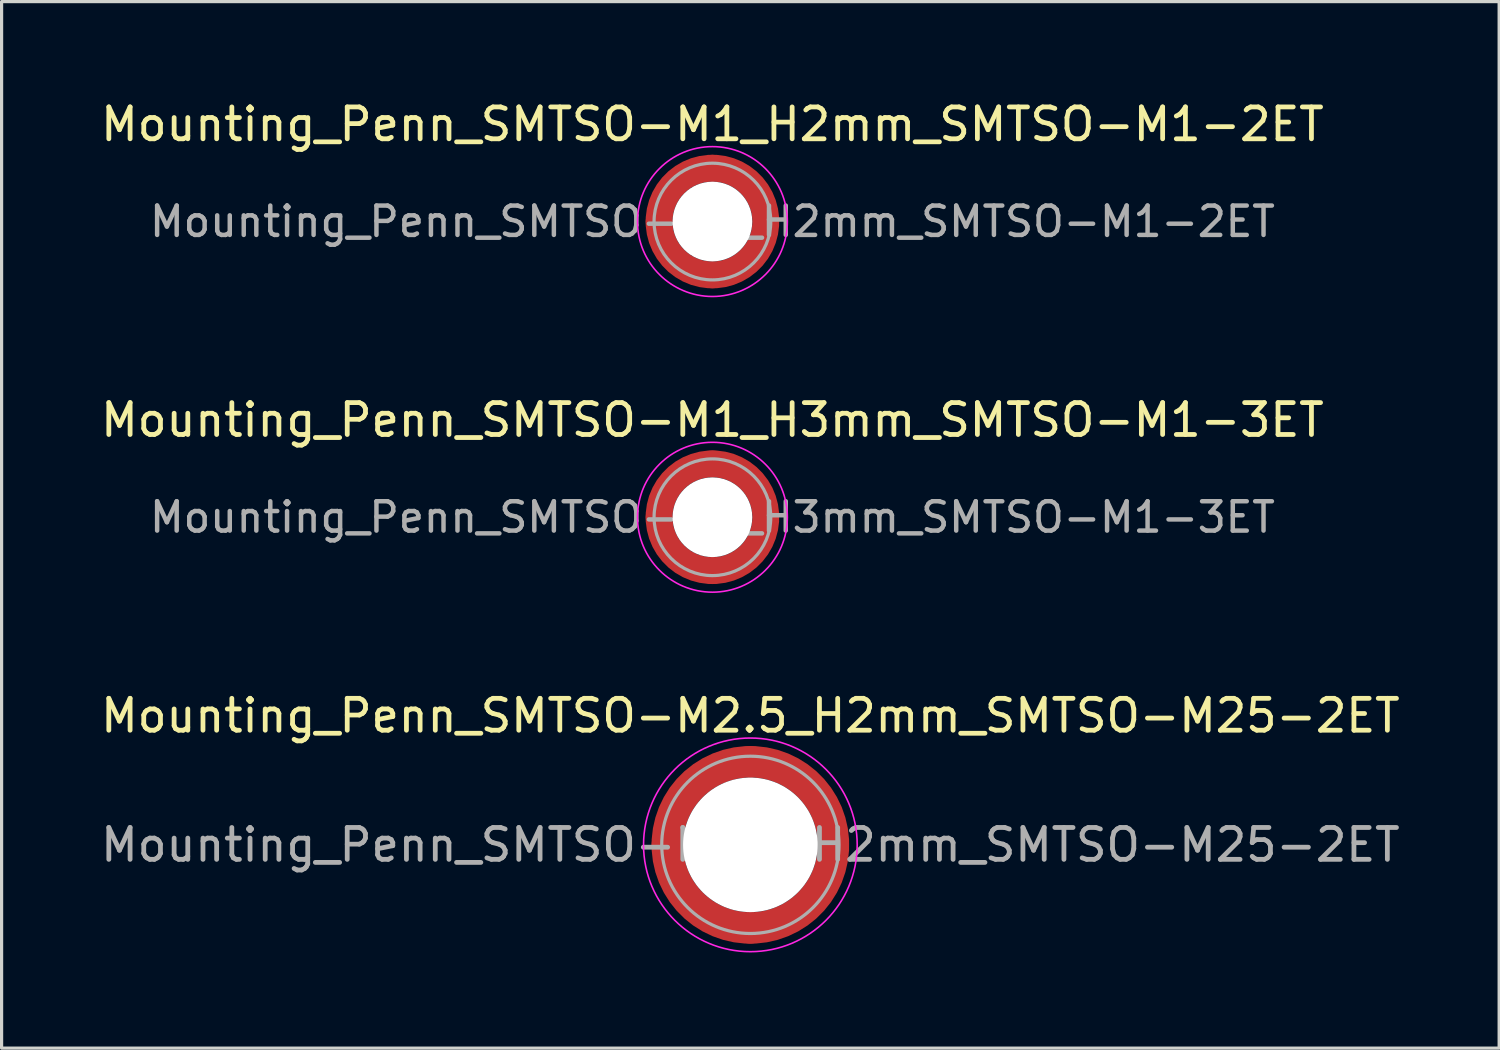
<source format=kicad_pcb>
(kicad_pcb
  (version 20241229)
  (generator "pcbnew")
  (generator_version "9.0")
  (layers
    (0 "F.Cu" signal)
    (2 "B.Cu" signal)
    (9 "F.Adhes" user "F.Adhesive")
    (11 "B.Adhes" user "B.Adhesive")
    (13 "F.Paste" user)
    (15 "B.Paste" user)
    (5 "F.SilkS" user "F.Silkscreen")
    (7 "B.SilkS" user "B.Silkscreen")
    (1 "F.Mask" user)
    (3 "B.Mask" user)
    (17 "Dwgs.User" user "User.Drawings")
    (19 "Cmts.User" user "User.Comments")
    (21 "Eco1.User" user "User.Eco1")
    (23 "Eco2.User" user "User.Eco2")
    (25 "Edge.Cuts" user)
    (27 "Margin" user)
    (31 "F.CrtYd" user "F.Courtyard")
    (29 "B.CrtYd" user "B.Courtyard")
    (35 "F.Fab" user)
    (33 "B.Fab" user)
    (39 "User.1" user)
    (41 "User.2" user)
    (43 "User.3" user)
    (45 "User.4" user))
  (footprint "Mounting_Penn_SMTSO-M1_H2mm_SMTSO-M1-2ET"
    (layer "F.Cu")
    (at 19.292 3.898)
    (property "Reference" "Mounting_Penn_SMTSO-M1_H2mm_SMTSO-M1-2ET" (at 0 -3.05 0) (layer "F.SilkS") (effects (font (size 1 1) (thickness 0.15))))
    (attr smd)
    (fp_circle (center 0 0) (end 2.35 0) (stroke (width 0.05) (type solid)) (fill no) (layer "F.CrtYd"))
    (fp_circle (center 0 0) (end 1.83 0) (stroke (width 0.1) (type solid)) (fill no) (layer "F.Fab"))
    (fp_text user "${REFERENCE}" (at 0 0 0) (layer "F.Fab") (effects (font (size 0.92 0.92) (thickness 0.14))))
    (pad "" smd custom (at -1.183 -1.183) (size 0.323 0.323) (layers "F.Paste") (options (anchor circle)) (primitives (gr_arc (start -0.23599 0.882636) (mid 0.157331 0.157331) (end 0.882636 -0.23599) (width 0.2)) (gr_arc (start -0.326841 0.882636) (mid 0.094399 0.094399) (end 0.882636 -0.326841) (width 0.2)) (gr_arc (start -0.417484 0.882636) (mid 0.031466 0.031466) (end 0.882636 -0.417484) (width 0.2)) (gr_arc (start -0.507952 0.882636) (mid -0.031466 -0.031466) (end 0.882636 -0.507952) (width 0.2)) (gr_arc (start -0.598273 0.882636) (mid -0.094399 -0.094399) (end 0.882636 -0.598273) (width 0.2)) (gr_arc (start -0.688467 0.882636) (mid -0.157332 -0.157332) (end 0.882636 -0.688467) (width 0.2)) (gr_line (start 0.883 -0.236) (end 0.883 -0.688) (width 0.2)) (gr_line (start -0.236 0.883) (end -0.688 0.883) (width 0.2))))
    (pad "" smd custom (at -1.183 1.183) (size 0.323 0.323) (layers "F.Paste") (options (anchor circle)) (primitives (gr_arc (start 0.882636 0.23599) (mid 0.157331 -0.157331) (end -0.23599 -0.882636) (width 0.2)) (gr_arc (start 0.882636 0.326841) (mid 0.094399 -0.094399) (end -0.326841 -0.882636) (width 0.2)) (gr_arc (start 0.882636 0.417484) (mid 0.031466 -0.031466) (end -0.417484 -0.882636) (width 0.2)) (gr_arc (start 0.882636 0.507952) (mid -0.031466 0.031466) (end -0.507952 -0.882636) (width 0.2)) (gr_arc (start 0.882636 0.598273) (mid -0.094399 0.094399) (end -0.598273 -0.882636) (width 0.2)) (gr_arc (start 0.882636 0.688467) (mid -0.157332 0.157332) (end -0.688467 -0.882636) (width 0.2)) (gr_line (start -0.236 -0.883) (end -0.688 -0.883) (width 0.2)) (gr_line (start 0.883 0.236) (end 0.883 0.688) (width 0.2))))
    (pad "" np_thru_hole circle (at 0 0) (size 2.5 2.5) (drill 2.5) (layers "*.Cu" "*.Mask"))
    (pad "" smd custom (at 1.183 -1.183) (size 0.323 0.323) (layers "F.Paste") (options (anchor circle)) (primitives (gr_arc (start -0.882636 -0.23599) (mid -0.157331 0.157331) (end 0.23599 0.882636) (width 0.2)) (gr_arc (start -0.882636 -0.326841) (mid -0.094399 0.094399) (end 0.326841 0.882636) (width 0.2)) (gr_arc (start -0.882636 -0.417484) (mid -0.031466 0.031466) (end 0.417484 0.882636) (width 0.2)) (gr_arc (start -0.882636 -0.507952) (mid 0.031466 -0.031466) (end 0.507952 0.882636) (width 0.2)) (gr_arc (start -0.882636 -0.598273) (mid 0.094399 -0.094399) (end 0.598273 0.882636) (width 0.2)) (gr_arc (start -0.882636 -0.688467) (mid 0.157332 -0.157332) (end 0.688467 0.882636) (width 0.2)) (gr_line (start 0.236 0.883) (end 0.688 0.883) (width 0.2)) (gr_line (start -0.883 -0.236) (end -0.883 -0.688) (width 0.2))))
    (pad "" smd custom (at 1.183 1.183) (size 0.323 0.323) (layers "F.Paste") (options (anchor circle)) (primitives (gr_arc (start 0.23599 -0.882636) (mid -0.157331 -0.157331) (end -0.882636 0.23599) (width 0.2)) (gr_arc (start 0.326841 -0.882636) (mid -0.094399 -0.094399) (end -0.882636 0.326841) (width 0.2)) (gr_arc (start 0.417484 -0.882636) (mid -0.031466 -0.031466) (end -0.882636 0.417484) (width 0.2)) (gr_arc (start 0.507952 -0.882636) (mid 0.031466 0.031466) (end -0.882636 0.507952) (width 0.2)) (gr_arc (start 0.598273 -0.882636) (mid 0.094399 0.094399) (end -0.882636 0.598273) (width 0.2)) (gr_arc (start 0.688467 -0.882636) (mid 0.157332 0.157332) (end -0.882636 0.688467) (width 0.2)) (gr_line (start -0.883 0.236) (end -0.883 0.688) (width 0.2)) (gr_line (start 0.236 -0.883) (end 0.688 -0.883) (width 0.2))))
    (pad "1" smd circle (at -1.673 0) (size 0.845 0.845) (layers "F.Cu"))
    (pad "1" smd circle (at 0 -1.673) (size 0.845 0.845) (layers "F.Cu"))
    (pad "1" smd circle (at 0 1.673) (size 0.845 0.845) (layers "F.Cu"))
    (pad "1" smd custom (at 1.673 0) (size 0.845 0.845) (layers "F.Cu" "F.Mask") (options (anchor circle)) (primitives (gr_circle (center -1.673 0) (end 0 0) (width 0.845) (fill no)))))
  (footprint "Mounting_Penn_SMTSO-M1_H3mm_SMTSO-M1-3ET"
    (layer "F.Cu")
    (at 19.292 13.171)
    (property "Reference" "Mounting_Penn_SMTSO-M1_H3mm_SMTSO-M1-3ET" (at 0 -3.05 0) (layer "F.SilkS") (effects (font (size 1 1) (thickness 0.15))))
    (attr smd)
    (fp_circle (center 0 0) (end 2.35 0) (stroke (width 0.05) (type solid)) (fill no) (layer "F.CrtYd"))
    (fp_circle (center 0 0) (end 1.83 0) (stroke (width 0.1) (type solid)) (fill no) (layer "F.Fab"))
    (fp_text user "${REFERENCE}" (at 0 0 0) (layer "F.Fab") (effects (font (size 0.92 0.92) (thickness 0.14))))
    (pad "" smd custom (at -1.183 -1.183) (size 0.323 0.323) (layers "F.Paste") (options (anchor circle)) (primitives (gr_arc (start -0.23599 0.882636) (mid 0.157331 0.157331) (end 0.882636 -0.23599) (width 0.2)) (gr_arc (start -0.326841 0.882636) (mid 0.094399 0.094399) (end 0.882636 -0.326841) (width 0.2)) (gr_arc (start -0.417484 0.882636) (mid 0.031466 0.031466) (end 0.882636 -0.417484) (width 0.2)) (gr_arc (start -0.507952 0.882636) (mid -0.031466 -0.031466) (end 0.882636 -0.507952) (width 0.2)) (gr_arc (start -0.598273 0.882636) (mid -0.094399 -0.094399) (end 0.882636 -0.598273) (width 0.2)) (gr_arc (start -0.688467 0.882636) (mid -0.157332 -0.157332) (end 0.882636 -0.688467) (width 0.2)) (gr_line (start 0.883 -0.236) (end 0.883 -0.688) (width 0.2)) (gr_line (start -0.236 0.883) (end -0.688 0.883) (width 0.2))))
    (pad "" smd custom (at -1.183 1.183) (size 0.323 0.323) (layers "F.Paste") (options (anchor circle)) (primitives (gr_arc (start 0.882636 0.23599) (mid 0.157331 -0.157331) (end -0.23599 -0.882636) (width 0.2)) (gr_arc (start 0.882636 0.326841) (mid 0.094399 -0.094399) (end -0.326841 -0.882636) (width 0.2)) (gr_arc (start 0.882636 0.417484) (mid 0.031466 -0.031466) (end -0.417484 -0.882636) (width 0.2)) (gr_arc (start 0.882636 0.507952) (mid -0.031466 0.031466) (end -0.507952 -0.882636) (width 0.2)) (gr_arc (start 0.882636 0.598273) (mid -0.094399 0.094399) (end -0.598273 -0.882636) (width 0.2)) (gr_arc (start 0.882636 0.688467) (mid -0.157332 0.157332) (end -0.688467 -0.882636) (width 0.2)) (gr_line (start -0.236 -0.883) (end -0.688 -0.883) (width 0.2)) (gr_line (start 0.883 0.236) (end 0.883 0.688) (width 0.2))))
    (pad "" np_thru_hole circle (at 0 0) (size 2.5 2.5) (drill 2.5) (layers "*.Cu" "*.Mask"))
    (pad "" smd custom (at 1.183 -1.183) (size 0.323 0.323) (layers "F.Paste") (options (anchor circle)) (primitives (gr_arc (start -0.882636 -0.23599) (mid -0.157331 0.157331) (end 0.23599 0.882636) (width 0.2)) (gr_arc (start -0.882636 -0.326841) (mid -0.094399 0.094399) (end 0.326841 0.882636) (width 0.2)) (gr_arc (start -0.882636 -0.417484) (mid -0.031466 0.031466) (end 0.417484 0.882636) (width 0.2)) (gr_arc (start -0.882636 -0.507952) (mid 0.031466 -0.031466) (end 0.507952 0.882636) (width 0.2)) (gr_arc (start -0.882636 -0.598273) (mid 0.094399 -0.094399) (end 0.598273 0.882636) (width 0.2)) (gr_arc (start -0.882636 -0.688467) (mid 0.157332 -0.157332) (end 0.688467 0.882636) (width 0.2)) (gr_line (start 0.236 0.883) (end 0.688 0.883) (width 0.2)) (gr_line (start -0.883 -0.236) (end -0.883 -0.688) (width 0.2))))
    (pad "" smd custom (at 1.183 1.183) (size 0.323 0.323) (layers "F.Paste") (options (anchor circle)) (primitives (gr_arc (start 0.23599 -0.882636) (mid -0.157331 -0.157331) (end -0.882636 0.23599) (width 0.2)) (gr_arc (start 0.326841 -0.882636) (mid -0.094399 -0.094399) (end -0.882636 0.326841) (width 0.2)) (gr_arc (start 0.417484 -0.882636) (mid -0.031466 -0.031466) (end -0.882636 0.417484) (width 0.2)) (gr_arc (start 0.507952 -0.882636) (mid 0.031466 0.031466) (end -0.882636 0.507952) (width 0.2)) (gr_arc (start 0.598273 -0.882636) (mid 0.094399 0.094399) (end -0.882636 0.598273) (width 0.2)) (gr_arc (start 0.688467 -0.882636) (mid 0.157332 0.157332) (end -0.882636 0.688467) (width 0.2)) (gr_line (start -0.883 0.236) (end -0.883 0.688) (width 0.2)) (gr_line (start 0.236 -0.883) (end 0.688 -0.883) (width 0.2))))
    (pad "1" smd circle (at -1.673 0) (size 0.845 0.845) (layers "F.Cu"))
    (pad "1" smd circle (at 0 -1.673) (size 0.845 0.845) (layers "F.Cu"))
    (pad "1" smd circle (at 0 1.673) (size 0.845 0.845) (layers "F.Cu"))
    (pad "1" smd custom (at 1.673 0) (size 0.845 0.845) (layers "F.Cu" "F.Mask") (options (anchor circle)) (primitives (gr_circle (center -1.673 0) (end 0 0) (width 0.845) (fill no)))))
  (footprint "Mounting_Penn_SMTSO-M2.5_H2mm_SMTSO-M25-2ET"
    (layer "F.Cu")
    (at 20.482 23.445)
    (property "Reference" "Mounting_Penn_SMTSO-M2.5_H2mm_SMTSO-M25-2ET" (at 0 -4.05 0) (layer "F.SilkS") (effects (font (size 1 1) (thickness 0.15))))
    (attr smd)
    (fp_circle (center 0 0) (end 3.35 0) (stroke (width 0.05) (type solid)) (fill no) (layer "F.CrtYd"))
    (fp_circle (center 0 0) (end 2.78 0) (stroke (width 0.1) (type solid)) (fill no) (layer "F.Fab"))
    (fp_text user "${REFERENCE}" (at 0 0 0) (layer "F.Fab") (effects (font (size 1 1) (thickness 0.15))))
    (pad "" smd custom (at -1.842 -1.842) (size 0.395 0.395) (layers "F.Paste") (options (anchor circle)) (primitives (gr_arc (start -0.448423 1.542013) (mid 0.208597 0.208597) (end 1.542013 -0.448423) (width 0.2)) (gr_arc (start -0.547562 1.542013) (mid 0.139064 0.139064) (end 1.542013 -0.547562) (width 0.2)) (gr_arc (start -0.646637 1.542013) (mid 0.069532 0.069532) (end 1.542013 -0.646637) (width 0.2)) (gr_arc (start -0.745655 1.542013) (mid 0 0) (end 1.542013 -0.745655) (width 0.2)) (gr_arc (start -0.844622 1.542013) (mid -0.069532 -0.069532) (end 1.542013 -0.844622) (width 0.2)) (gr_arc (start -0.943545 1.542013) (mid -0.139064 -0.139064) (end 1.542013 -0.943545) (width 0.2)) (gr_arc (start -1.042428 1.542013) (mid -0.208597 -0.208597) (end 1.542013 -1.042428) (width 0.2)) (gr_arc (start -1.042428 1.542013) (mid -0.208597 -0.208597) (end 1.542013 -1.042428) (width 0.2)) (gr_line (start 1.542 -0.448) (end 1.542 -1.042) (width 0.2)) (gr_line (start -0.448 1.542) (end -1.042 1.542) (width 0.2))))
    (pad "" smd custom (at -1.842 1.842) (size 0.395 0.395) (layers "F.Paste") (options (anchor circle)) (primitives (gr_arc (start 1.542013 0.448423) (mid 0.208597 -0.208597) (end -0.448423 -1.542013) (width 0.2)) (gr_arc (start 1.542013 0.547562) (mid 0.139064 -0.139064) (end -0.547562 -1.542013) (width 0.2)) (gr_arc (start 1.542013 0.646637) (mid 0.069532 -0.069532) (end -0.646637 -1.542013) (width 0.2)) (gr_arc (start 1.542013 0.745655) (mid 0 0) (end -0.745655 -1.542013) (width 0.2)) (gr_arc (start 1.542013 0.844622) (mid -0.069532 0.069532) (end -0.844622 -1.542013) (width 0.2)) (gr_arc (start 1.542013 0.943545) (mid -0.139064 0.139064) (end -0.943545 -1.542013) (width 0.2)) (gr_arc (start 1.542013 1.042428) (mid -0.208597 0.208597) (end -1.042428 -1.542013) (width 0.2)) (gr_arc (start 1.542013 1.042428) (mid -0.208597 0.208597) (end -1.042428 -1.542013) (width 0.2)) (gr_line (start -0.448 -1.542) (end -1.042 -1.542) (width 0.2)) (gr_line (start 1.542 0.448) (end 1.542 1.042) (width 0.2))))
    (pad "" np_thru_hole circle (at 0 0) (size 4.22 4.22) (drill 4.22) (layers "*.Cu" "*.Mask"))
    (pad "" smd custom (at 1.842 -1.842) (size 0.395 0.395) (layers "F.Paste") (options (anchor circle)) (primitives (gr_arc (start -1.542013 -0.448423) (mid -0.208597 0.208597) (end 0.448423 1.542013) (width 0.2)) (gr_arc (start -1.542013 -0.547562) (mid -0.139064 0.139064) (end 0.547562 1.542013) (width 0.2)) (gr_arc (start -1.542013 -0.646637) (mid -0.069532 0.069532) (end 0.646637 1.542013) (width 0.2)) (gr_arc (start -1.542013 -0.745655) (mid 0 0) (end 0.745655 1.542013) (width 0.2)) (gr_arc (start -1.542013 -0.844622) (mid 0.069532 -0.069532) (end 0.844622 1.542013) (width 0.2)) (gr_arc (start -1.542013 -0.943545) (mid 0.139064 -0.139064) (end 0.943545 1.542013) (width 0.2)) (gr_arc (start -1.542013 -1.042428) (mid 0.208597 -0.208597) (end 1.042428 1.542013) (width 0.2)) (gr_arc (start -1.542013 -1.042428) (mid 0.208597 -0.208597) (end 1.042428 1.542013) (width 0.2)) (gr_line (start 0.448 1.542) (end 1.042 1.542) (width 0.2)) (gr_line (start -1.542 -0.448) (end -1.542 -1.042) (width 0.2))))
    (pad "" smd custom (at 1.842 1.842) (size 0.395 0.395) (layers "F.Paste") (options (anchor circle)) (primitives (gr_arc (start 0.448423 -1.542013) (mid -0.208597 -0.208597) (end -1.542013 0.448423) (width 0.2)) (gr_arc (start 0.547562 -1.542013) (mid -0.139064 -0.139064) (end -1.542013 0.547562) (width 0.2)) (gr_arc (start 0.646637 -1.542013) (mid -0.069532 -0.069532) (end -1.542013 0.646637) (width 0.2)) (gr_arc (start 0.745655 -1.542013) (mid 0 0) (end -1.542013 0.745655) (width 0.2)) (gr_arc (start 0.844622 -1.542013) (mid 0.069532 0.069532) (end -1.542013 0.844622) (width 0.2)) (gr_arc (start 0.943545 -1.542013) (mid 0.139064 0.139064) (end -1.542013 0.943545) (width 0.2)) (gr_arc (start 1.042428 -1.542013) (mid 0.208597 0.208597) (end -1.542013 1.042428) (width 0.2)) (gr_arc (start 1.042428 -1.542013) (mid 0.208597 0.208597) (end -1.542013 1.042428) (width 0.2)) (gr_line (start -1.542 0.448) (end -1.542 1.042) (width 0.2)) (gr_line (start 0.448 -1.542) (end 1.042 -1.542) (width 0.2))))
    (pad "1" smd circle (at -2.605 0) (size 0.99 0.99) (layers "F.Cu"))
    (pad "1" smd circle (at 0 -2.605) (size 0.99 0.99) (layers "F.Cu"))
    (pad "1" smd circle (at 0 2.605) (size 0.99 0.99) (layers "F.Cu"))
    (pad "1" smd custom (at 2.605 0) (size 0.99 0.99) (layers "F.Cu" "F.Mask") (options (anchor circle)) (primitives (gr_circle (center -2.605 0) (end 0 0) (width 0.99) (fill no)))))
  (gr_rect
    (start -3 -3)
    (end 43.964 29.82)
    (stroke (width 0.1) (type default))
    (fill no)
    (layer "Edge.Cuts")))
</source>
